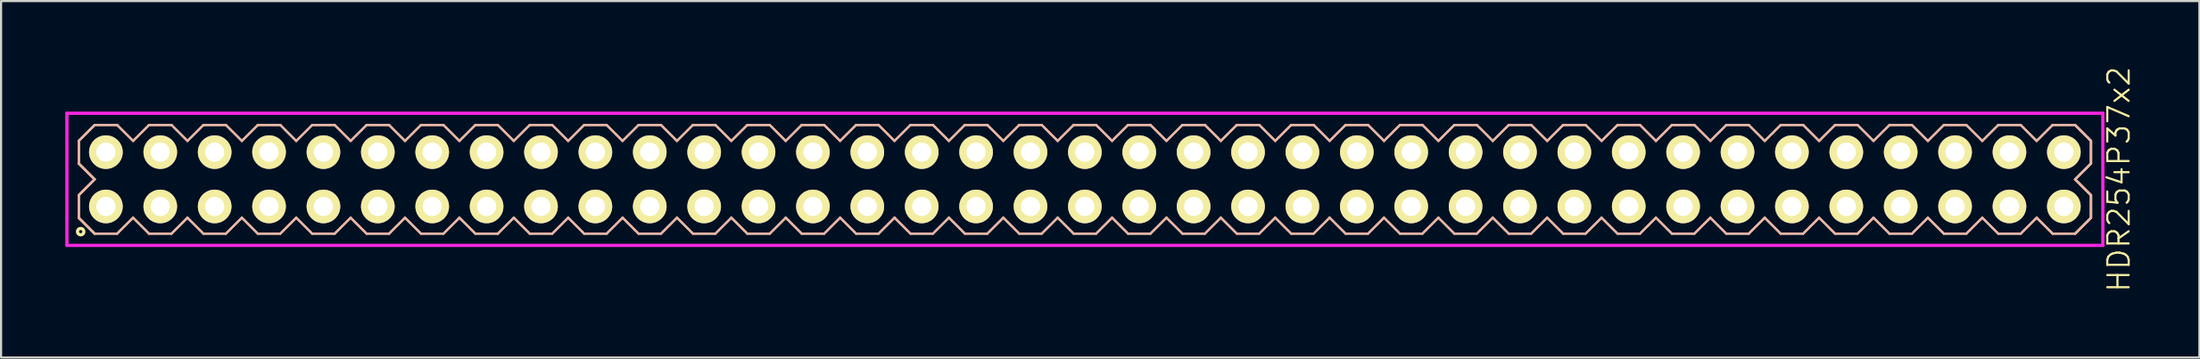
<source format=kicad_pcb>
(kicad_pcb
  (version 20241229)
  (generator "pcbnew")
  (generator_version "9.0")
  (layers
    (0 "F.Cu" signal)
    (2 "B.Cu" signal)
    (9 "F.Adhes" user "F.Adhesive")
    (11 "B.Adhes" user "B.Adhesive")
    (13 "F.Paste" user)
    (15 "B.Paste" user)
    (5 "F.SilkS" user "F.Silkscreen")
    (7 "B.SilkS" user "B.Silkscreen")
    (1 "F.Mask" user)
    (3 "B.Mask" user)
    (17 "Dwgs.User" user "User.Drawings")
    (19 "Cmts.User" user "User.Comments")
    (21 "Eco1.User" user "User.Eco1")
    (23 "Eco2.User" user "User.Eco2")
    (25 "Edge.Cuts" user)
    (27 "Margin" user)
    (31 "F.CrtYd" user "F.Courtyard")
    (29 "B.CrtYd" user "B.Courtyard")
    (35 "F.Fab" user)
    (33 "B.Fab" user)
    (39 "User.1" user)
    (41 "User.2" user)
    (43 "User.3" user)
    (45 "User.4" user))
  (footprint "HDR254P37x2"
    (layer "F.Cu")
    (at 47.615 5.336)
    (property "Reference" "HDR254P37x2" (at 48.29 0 90) (layer "F.SilkS") (effects (font (size 1 1) (thickness 0.1))))
    (attr through_hole)
    (fp_line (start -46.99 -1.796) (end -46.246 -2.54) (stroke (width 0.1) (type solid)) (layer "F.SilkS"))
    (fp_line (start -46.99 -1.796) (end -46.246 -2.54) (stroke (width 0.1) (type solid)) (layer "F.SilkS"))
    (fp_line (start -46.99 -0.744) (end -46.99 -1.796) (stroke (width 0.1) (type solid)) (layer "F.SilkS"))
    (fp_line (start -46.99 -0.744) (end -46.99 -1.796) (stroke (width 0.1) (type solid)) (layer "F.SilkS"))
    (fp_line (start -46.99 0.744) (end -46.246 0) (stroke (width 0.1) (type solid)) (layer "F.SilkS"))
    (fp_line (start -46.99 0.744) (end -46.246 0) (stroke (width 0.1) (type solid)) (layer "F.SilkS"))
    (fp_line (start -46.99 1.796) (end -46.99 0.744) (stroke (width 0.1) (type solid)) (layer "F.SilkS"))
    (fp_line (start -46.99 1.796) (end -46.99 0.744) (stroke (width 0.1) (type solid)) (layer "F.SilkS"))
    (fp_line (start -46.246 -2.54) (end -45.194 -2.54) (stroke (width 0.1) (type solid)) (layer "F.SilkS"))
    (fp_line (start -46.246 0) (end -46.99 -0.744) (stroke (width 0.1) (type solid)) (layer "F.SilkS"))
    (fp_line (start -46.246 0) (end -46.99 -0.744) (stroke (width 0.1) (type solid)) (layer "F.SilkS"))
    (fp_line (start -46.246 2.54) (end -46.99 1.796) (stroke (width 0.1) (type solid)) (layer "F.SilkS"))
    (fp_line (start -46.246 2.54) (end -46.99 1.796) (stroke (width 0.1) (type solid)) (layer "F.SilkS"))
    (fp_line (start -45.194 -2.54) (end -44.45 -1.796) (stroke (width 0.1) (type solid)) (layer "F.SilkS"))
    (fp_line (start -45.194 2.54) (end -46.246 2.54) (stroke (width 0.1) (type solid)) (layer "F.SilkS"))
    (fp_line (start -44.45 -1.796) (end -43.706 -2.54) (stroke (width 0.1) (type solid)) (layer "F.SilkS"))
    (fp_line (start -44.45 1.796) (end -45.194 2.54) (stroke (width 0.1) (type solid)) (layer "F.SilkS"))
    (fp_line (start -43.706 -2.54) (end -42.654 -2.54) (stroke (width 0.1) (type solid)) (layer "F.SilkS"))
    (fp_line (start -43.706 2.54) (end -44.45 1.796) (stroke (width 0.1) (type solid)) (layer "F.SilkS"))
    (fp_line (start -42.654 -2.54) (end -41.91 -1.796) (stroke (width 0.1) (type solid)) (layer "F.SilkS"))
    (fp_line (start -42.654 2.54) (end -43.706 2.54) (stroke (width 0.1) (type solid)) (layer "F.SilkS"))
    (fp_line (start -41.91 -1.796) (end -41.166 -2.54) (stroke (width 0.1) (type solid)) (layer "F.SilkS"))
    (fp_line (start -41.91 1.796) (end -42.654 2.54) (stroke (width 0.1) (type solid)) (layer "F.SilkS"))
    (fp_line (start -41.166 -2.54) (end -40.114 -2.54) (stroke (width 0.1) (type solid)) (layer "F.SilkS"))
    (fp_line (start -41.166 2.54) (end -41.91 1.796) (stroke (width 0.1) (type solid)) (layer "F.SilkS"))
    (fp_line (start -40.114 -2.54) (end -39.37 -1.796) (stroke (width 0.1) (type solid)) (layer "F.SilkS"))
    (fp_line (start -40.114 2.54) (end -41.166 2.54) (stroke (width 0.1) (type solid)) (layer "F.SilkS"))
    (fp_line (start -39.37 -1.796) (end -38.626 -2.54) (stroke (width 0.1) (type solid)) (layer "F.SilkS"))
    (fp_line (start -39.37 1.796) (end -40.114 2.54) (stroke (width 0.1) (type solid)) (layer "F.SilkS"))
    (fp_line (start -38.626 -2.54) (end -37.574 -2.54) (stroke (width 0.1) (type solid)) (layer "F.SilkS"))
    (fp_line (start -38.626 2.54) (end -39.37 1.796) (stroke (width 0.1) (type solid)) (layer "F.SilkS"))
    (fp_line (start -37.574 -2.54) (end -36.83 -1.796) (stroke (width 0.1) (type solid)) (layer "F.SilkS"))
    (fp_line (start -37.574 2.54) (end -38.626 2.54) (stroke (width 0.1) (type solid)) (layer "F.SilkS"))
    (fp_line (start -36.83 -1.796) (end -36.086 -2.54) (stroke (width 0.1) (type solid)) (layer "F.SilkS"))
    (fp_line (start -36.83 1.796) (end -37.574 2.54) (stroke (width 0.1) (type solid)) (layer "F.SilkS"))
    (fp_line (start -36.086 -2.54) (end -35.034 -2.54) (stroke (width 0.1) (type solid)) (layer "F.SilkS"))
    (fp_line (start -36.086 2.54) (end -36.83 1.796) (stroke (width 0.1) (type solid)) (layer "F.SilkS"))
    (fp_line (start -35.034 -2.54) (end -34.29 -1.796) (stroke (width 0.1) (type solid)) (layer "F.SilkS"))
    (fp_line (start -35.034 2.54) (end -36.086 2.54) (stroke (width 0.1) (type solid)) (layer "F.SilkS"))
    (fp_line (start -34.29 -1.796) (end -33.546 -2.54) (stroke (width 0.1) (type solid)) (layer "F.SilkS"))
    (fp_line (start -34.29 1.796) (end -35.034 2.54) (stroke (width 0.1) (type solid)) (layer "F.SilkS"))
    (fp_line (start -33.546 -2.54) (end -32.494 -2.54) (stroke (width 0.1) (type solid)) (layer "F.SilkS"))
    (fp_line (start -33.546 2.54) (end -34.29 1.796) (stroke (width 0.1) (type solid)) (layer "F.SilkS"))
    (fp_line (start -32.494 -2.54) (end -31.75 -1.796) (stroke (width 0.1) (type solid)) (layer "F.SilkS"))
    (fp_line (start -32.494 2.54) (end -33.546 2.54) (stroke (width 0.1) (type solid)) (layer "F.SilkS"))
    (fp_line (start -31.75 -1.796) (end -31.006 -2.54) (stroke (width 0.1) (type solid)) (layer "F.SilkS"))
    (fp_line (start -31.75 1.796) (end -32.494 2.54) (stroke (width 0.1) (type solid)) (layer "F.SilkS"))
    (fp_line (start -31.006 -2.54) (end -29.954 -2.54) (stroke (width 0.1) (type solid)) (layer "F.SilkS"))
    (fp_line (start -31.006 2.54) (end -31.75 1.796) (stroke (width 0.1) (type solid)) (layer "F.SilkS"))
    (fp_line (start -29.954 -2.54) (end -29.21 -1.796) (stroke (width 0.1) (type solid)) (layer "F.SilkS"))
    (fp_line (start -29.954 2.54) (end -31.006 2.54) (stroke (width 0.1) (type solid)) (layer "F.SilkS"))
    (fp_line (start -29.21 -1.796) (end -28.466 -2.54) (stroke (width 0.1) (type solid)) (layer "F.SilkS"))
    (fp_line (start -29.21 1.796) (end -29.954 2.54) (stroke (width 0.1) (type solid)) (layer "F.SilkS"))
    (fp_line (start -28.466 -2.54) (end -27.414 -2.54) (stroke (width 0.1) (type solid)) (layer "F.SilkS"))
    (fp_line (start -28.466 2.54) (end -29.21 1.796) (stroke (width 0.1) (type solid)) (layer "F.SilkS"))
    (fp_line (start -27.414 -2.54) (end -26.67 -1.796) (stroke (width 0.1) (type solid)) (layer "F.SilkS"))
    (fp_line (start -27.414 2.54) (end -28.466 2.54) (stroke (width 0.1) (type solid)) (layer "F.SilkS"))
    (fp_line (start -26.67 -1.796) (end -25.926 -2.54) (stroke (width 0.1) (type solid)) (layer "F.SilkS"))
    (fp_line (start -26.67 1.796) (end -27.414 2.54) (stroke (width 0.1) (type solid)) (layer "F.SilkS"))
    (fp_line (start -25.926 -2.54) (end -24.874 -2.54) (stroke (width 0.1) (type solid)) (layer "F.SilkS"))
    (fp_line (start -25.926 2.54) (end -26.67 1.796) (stroke (width 0.1) (type solid)) (layer "F.SilkS"))
    (fp_line (start -24.874 -2.54) (end -24.13 -1.796) (stroke (width 0.1) (type solid)) (layer "F.SilkS"))
    (fp_line (start -24.874 2.54) (end -25.926 2.54) (stroke (width 0.1) (type solid)) (layer "F.SilkS"))
    (fp_line (start -24.13 -1.796) (end -23.386 -2.54) (stroke (width 0.1) (type solid)) (layer "F.SilkS"))
    (fp_line (start -24.13 1.796) (end -24.874 2.54) (stroke (width 0.1) (type solid)) (layer "F.SilkS"))
    (fp_line (start -23.386 -2.54) (end -22.334 -2.54) (stroke (width 0.1) (type solid)) (layer "F.SilkS"))
    (fp_line (start -23.386 2.54) (end -24.13 1.796) (stroke (width 0.1) (type solid)) (layer "F.SilkS"))
    (fp_line (start -22.334 -2.54) (end -21.59 -1.796) (stroke (width 0.1) (type solid)) (layer "F.SilkS"))
    (fp_line (start -22.334 2.54) (end -23.386 2.54) (stroke (width 0.1) (type solid)) (layer "F.SilkS"))
    (fp_line (start -21.59 -1.796) (end -20.846 -2.54) (stroke (width 0.1) (type solid)) (layer "F.SilkS"))
    (fp_line (start -21.59 1.796) (end -22.334 2.54) (stroke (width 0.1) (type solid)) (layer "F.SilkS"))
    (fp_line (start -20.846 -2.54) (end -19.794 -2.54) (stroke (width 0.1) (type solid)) (layer "F.SilkS"))
    (fp_line (start -20.846 2.54) (end -21.59 1.796) (stroke (width 0.1) (type solid)) (layer "F.SilkS"))
    (fp_line (start -19.794 -2.54) (end -19.05 -1.796) (stroke (width 0.1) (type solid)) (layer "F.SilkS"))
    (fp_line (start -19.794 2.54) (end -20.846 2.54) (stroke (width 0.1) (type solid)) (layer "F.SilkS"))
    (fp_line (start -19.05 -1.796) (end -18.306 -2.54) (stroke (width 0.1) (type solid)) (layer "F.SilkS"))
    (fp_line (start -19.05 1.796) (end -19.794 2.54) (stroke (width 0.1) (type solid)) (layer "F.SilkS"))
    (fp_line (start -18.306 -2.54) (end -17.254 -2.54) (stroke (width 0.1) (type solid)) (layer "F.SilkS"))
    (fp_line (start -18.306 2.54) (end -19.05 1.796) (stroke (width 0.1) (type solid)) (layer "F.SilkS"))
    (fp_line (start -17.254 -2.54) (end -16.51 -1.796) (stroke (width 0.1) (type solid)) (layer "F.SilkS"))
    (fp_line (start -17.254 2.54) (end -18.306 2.54) (stroke (width 0.1) (type solid)) (layer "F.SilkS"))
    (fp_line (start -16.51 -1.796) (end -15.766 -2.54) (stroke (width 0.1) (type solid)) (layer "F.SilkS"))
    (fp_line (start -16.51 1.796) (end -17.254 2.54) (stroke (width 0.1) (type solid)) (layer "F.SilkS"))
    (fp_line (start -15.766 -2.54) (end -14.714 -2.54) (stroke (width 0.1) (type solid)) (layer "F.SilkS"))
    (fp_line (start -15.766 2.54) (end -16.51 1.796) (stroke (width 0.1) (type solid)) (layer "F.SilkS"))
    (fp_line (start -14.714 -2.54) (end -13.97 -1.796) (stroke (width 0.1) (type solid)) (layer "F.SilkS"))
    (fp_line (start -14.714 2.54) (end -15.766 2.54) (stroke (width 0.1) (type solid)) (layer "F.SilkS"))
    (fp_line (start -13.97 -1.796) (end -13.226 -2.54) (stroke (width 0.1) (type solid)) (layer "F.SilkS"))
    (fp_line (start -13.97 1.796) (end -14.714 2.54) (stroke (width 0.1) (type solid)) (layer "F.SilkS"))
    (fp_line (start -13.226 -2.54) (end -12.174 -2.54) (stroke (width 0.1) (type solid)) (layer "F.SilkS"))
    (fp_line (start -13.226 2.54) (end -13.97 1.796) (stroke (width 0.1) (type solid)) (layer "F.SilkS"))
    (fp_line (start -12.174 -2.54) (end -11.43 -1.796) (stroke (width 0.1) (type solid)) (layer "F.SilkS"))
    (fp_line (start -12.174 2.54) (end -13.226 2.54) (stroke (width 0.1) (type solid)) (layer "F.SilkS"))
    (fp_line (start -11.43 -1.796) (end -10.686 -2.54) (stroke (width 0.1) (type solid)) (layer "F.SilkS"))
    (fp_line (start -11.43 1.796) (end -12.174 2.54) (stroke (width 0.1) (type solid)) (layer "F.SilkS"))
    (fp_line (start -10.686 -2.54) (end -9.634 -2.54) (stroke (width 0.1) (type solid)) (layer "F.SilkS"))
    (fp_line (start -10.686 2.54) (end -11.43 1.796) (stroke (width 0.1) (type solid)) (layer "F.SilkS"))
    (fp_line (start -9.634 -2.54) (end -8.89 -1.796) (stroke (width 0.1) (type solid)) (layer "F.SilkS"))
    (fp_line (start -9.634 2.54) (end -10.686 2.54) (stroke (width 0.1) (type solid)) (layer "F.SilkS"))
    (fp_line (start -8.89 -1.796) (end -8.146 -2.54) (stroke (width 0.1) (type solid)) (layer "F.SilkS"))
    (fp_line (start -8.89 1.796) (end -9.634 2.54) (stroke (width 0.1) (type solid)) (layer "F.SilkS"))
    (fp_line (start -8.146 -2.54) (end -7.094 -2.54) (stroke (width 0.1) (type solid)) (layer "F.SilkS"))
    (fp_line (start -8.146 2.54) (end -8.89 1.796) (stroke (width 0.1) (type solid)) (layer "F.SilkS"))
    (fp_line (start -7.094 -2.54) (end -6.35 -1.796) (stroke (width 0.1) (type solid)) (layer "F.SilkS"))
    (fp_line (start -7.094 2.54) (end -8.146 2.54) (stroke (width 0.1) (type solid)) (layer "F.SilkS"))
    (fp_line (start -6.35 -1.796) (end -5.606 -2.54) (stroke (width 0.1) (type solid)) (layer "F.SilkS"))
    (fp_line (start -6.35 1.796) (end -7.094 2.54) (stroke (width 0.1) (type solid)) (layer "F.SilkS"))
    (fp_line (start -5.606 -2.54) (end -4.554 -2.54) (stroke (width 0.1) (type solid)) (layer "F.SilkS"))
    (fp_line (start -5.606 2.54) (end -6.35 1.796) (stroke (width 0.1) (type solid)) (layer "F.SilkS"))
    (fp_line (start -4.554 -2.54) (end -3.81 -1.796) (stroke (width 0.1) (type solid)) (layer "F.SilkS"))
    (fp_line (start -4.554 2.54) (end -5.606 2.54) (stroke (width 0.1) (type solid)) (layer "F.SilkS"))
    (fp_line (start -3.81 -1.796) (end -3.066 -2.54) (stroke (width 0.1) (type solid)) (layer "F.SilkS"))
    (fp_line (start -3.81 1.796) (end -4.554 2.54) (stroke (width 0.1) (type solid)) (layer "F.SilkS"))
    (fp_line (start -3.066 -2.54) (end -2.014 -2.54) (stroke (width 0.1) (type solid)) (layer "F.SilkS"))
    (fp_line (start -3.066 2.54) (end -3.81 1.796) (stroke (width 0.1) (type solid)) (layer "F.SilkS"))
    (fp_line (start -2.014 -2.54) (end -1.27 -1.796) (stroke (width 0.1) (type solid)) (layer "F.SilkS"))
    (fp_line (start -2.014 2.54) (end -3.066 2.54) (stroke (width 0.1) (type solid)) (layer "F.SilkS"))
    (fp_line (start -1.27 -1.796) (end -0.526 -2.54) (stroke (width 0.1) (type solid)) (layer "F.SilkS"))
    (fp_line (start -1.27 1.796) (end -2.014 2.54) (stroke (width 0.1) (type solid)) (layer "F.SilkS"))
    (fp_line (start -0.526 -2.54) (end 0.526 -2.54) (stroke (width 0.1) (type solid)) (layer "F.SilkS"))
    (fp_line (start -0.526 2.54) (end -1.27 1.796) (stroke (width 0.1) (type solid)) (layer "F.SilkS"))
    (fp_line (start 0.526 -2.54) (end 1.27 -1.796) (stroke (width 0.1) (type solid)) (layer "F.SilkS"))
    (fp_line (start 0.526 2.54) (end -0.526 2.54) (stroke (width 0.1) (type solid)) (layer "F.SilkS"))
    (fp_line (start 1.27 -1.796) (end 2.014 -2.54) (stroke (width 0.1) (type solid)) (layer "F.SilkS"))
    (fp_line (start 1.27 1.796) (end 0.526 2.54) (stroke (width 0.1) (type solid)) (layer "F.SilkS"))
    (fp_line (start 2.014 -2.54) (end 3.066 -2.54) (stroke (width 0.1) (type solid)) (layer "F.SilkS"))
    (fp_line (start 2.014 2.54) (end 1.27 1.796) (stroke (width 0.1) (type solid)) (layer "F.SilkS"))
    (fp_line (start 3.066 -2.54) (end 3.81 -1.796) (stroke (width 0.1) (type solid)) (layer "F.SilkS"))
    (fp_line (start 3.066 2.54) (end 2.014 2.54) (stroke (width 0.1) (type solid)) (layer "F.SilkS"))
    (fp_line (start 3.81 -1.796) (end 4.554 -2.54) (stroke (width 0.1) (type solid)) (layer "F.SilkS"))
    (fp_line (start 3.81 1.796) (end 3.066 2.54) (stroke (width 0.1) (type solid)) (layer "F.SilkS"))
    (fp_line (start 4.554 -2.54) (end 5.606 -2.54) (stroke (width 0.1) (type solid)) (layer "F.SilkS"))
    (fp_line (start 4.554 2.54) (end 3.81 1.796) (stroke (width 0.1) (type solid)) (layer "F.SilkS"))
    (fp_line (start 5.606 -2.54) (end 6.35 -1.796) (stroke (width 0.1) (type solid)) (layer "F.SilkS"))
    (fp_line (start 5.606 2.54) (end 4.554 2.54) (stroke (width 0.1) (type solid)) (layer "F.SilkS"))
    (fp_line (start 6.35 -1.796) (end 7.094 -2.54) (stroke (width 0.1) (type solid)) (layer "F.SilkS"))
    (fp_line (start 6.35 1.796) (end 5.606 2.54) (stroke (width 0.1) (type solid)) (layer "F.SilkS"))
    (fp_line (start 7.094 -2.54) (end 8.146 -2.54) (stroke (width 0.1) (type solid)) (layer "F.SilkS"))
    (fp_line (start 7.094 2.54) (end 6.35 1.796) (stroke (width 0.1) (type solid)) (layer "F.SilkS"))
    (fp_line (start 8.146 -2.54) (end 8.89 -1.796) (stroke (width 0.1) (type solid)) (layer "F.SilkS"))
    (fp_line (start 8.146 2.54) (end 7.094 2.54) (stroke (width 0.1) (type solid)) (layer "F.SilkS"))
    (fp_line (start 8.89 -1.796) (end 9.634 -2.54) (stroke (width 0.1) (type solid)) (layer "F.SilkS"))
    (fp_line (start 8.89 1.796) (end 8.146 2.54) (stroke (width 0.1) (type solid)) (layer "F.SilkS"))
    (fp_line (start 9.634 -2.54) (end 10.686 -2.54) (stroke (width 0.1) (type solid)) (layer "F.SilkS"))
    (fp_line (start 9.634 2.54) (end 8.89 1.796) (stroke (width 0.1) (type solid)) (layer "F.SilkS"))
    (fp_line (start 10.686 -2.54) (end 11.43 -1.796) (stroke (width 0.1) (type solid)) (layer "F.SilkS"))
    (fp_line (start 10.686 2.54) (end 9.634 2.54) (stroke (width 0.1) (type solid)) (layer "F.SilkS"))
    (fp_line (start 11.43 -1.796) (end 12.174 -2.54) (stroke (width 0.1) (type solid)) (layer "F.SilkS"))
    (fp_line (start 11.43 1.796) (end 10.686 2.54) (stroke (width 0.1) (type solid)) (layer "F.SilkS"))
    (fp_line (start 12.174 -2.54) (end 13.226 -2.54) (stroke (width 0.1) (type solid)) (layer "F.SilkS"))
    (fp_line (start 12.174 2.54) (end 11.43 1.796) (stroke (width 0.1) (type solid)) (layer "F.SilkS"))
    (fp_line (start 13.226 -2.54) (end 13.97 -1.796) (stroke (width 0.1) (type solid)) (layer "F.SilkS"))
    (fp_line (start 13.226 2.54) (end 12.174 2.54) (stroke (width 0.1) (type solid)) (layer "F.SilkS"))
    (fp_line (start 13.97 -1.796) (end 14.714 -2.54) (stroke (width 0.1) (type solid)) (layer "F.SilkS"))
    (fp_line (start 13.97 1.796) (end 13.226 2.54) (stroke (width 0.1) (type solid)) (layer "F.SilkS"))
    (fp_line (start 14.714 -2.54) (end 15.766 -2.54) (stroke (width 0.1) (type solid)) (layer "F.SilkS"))
    (fp_line (start 14.714 2.54) (end 13.97 1.796) (stroke (width 0.1) (type solid)) (layer "F.SilkS"))
    (fp_line (start 15.766 -2.54) (end 16.51 -1.796) (stroke (width 0.1) (type solid)) (layer "F.SilkS"))
    (fp_line (start 15.766 2.54) (end 14.714 2.54) (stroke (width 0.1) (type solid)) (layer "F.SilkS"))
    (fp_line (start 16.51 -1.796) (end 17.254 -2.54) (stroke (width 0.1) (type solid)) (layer "F.SilkS"))
    (fp_line (start 16.51 1.796) (end 15.766 2.54) (stroke (width 0.1) (type solid)) (layer "F.SilkS"))
    (fp_line (start 17.254 -2.54) (end 18.306 -2.54) (stroke (width 0.1) (type solid)) (layer "F.SilkS"))
    (fp_line (start 17.254 2.54) (end 16.51 1.796) (stroke (width 0.1) (type solid)) (layer "F.SilkS"))
    (fp_line (start 18.306 -2.54) (end 19.05 -1.796) (stroke (width 0.1) (type solid)) (layer "F.SilkS"))
    (fp_line (start 18.306 2.54) (end 17.254 2.54) (stroke (width 0.1) (type solid)) (layer "F.SilkS"))
    (fp_line (start 19.05 -1.796) (end 19.794 -2.54) (stroke (width 0.1) (type solid)) (layer "F.SilkS"))
    (fp_line (start 19.05 1.796) (end 18.306 2.54) (stroke (width 0.1) (type solid)) (layer "F.SilkS"))
    (fp_line (start 19.794 -2.54) (end 20.846 -2.54) (stroke (width 0.1) (type solid)) (layer "F.SilkS"))
    (fp_line (start 19.794 2.54) (end 19.05 1.796) (stroke (width 0.1) (type solid)) (layer "F.SilkS"))
    (fp_line (start 20.846 -2.54) (end 21.59 -1.796) (stroke (width 0.1) (type solid)) (layer "F.SilkS"))
    (fp_line (start 20.846 2.54) (end 19.794 2.54) (stroke (width 0.1) (type solid)) (layer "F.SilkS"))
    (fp_line (start 21.59 -1.796) (end 22.334 -2.54) (stroke (width 0.1) (type solid)) (layer "F.SilkS"))
    (fp_line (start 21.59 1.796) (end 20.846 2.54) (stroke (width 0.1) (type solid)) (layer "F.SilkS"))
    (fp_line (start 22.334 -2.54) (end 23.386 -2.54) (stroke (width 0.1) (type solid)) (layer "F.SilkS"))
    (fp_line (start 22.334 2.54) (end 21.59 1.796) (stroke (width 0.1) (type solid)) (layer "F.SilkS"))
    (fp_line (start 23.386 -2.54) (end 24.13 -1.796) (stroke (width 0.1) (type solid)) (layer "F.SilkS"))
    (fp_line (start 23.386 2.54) (end 22.334 2.54) (stroke (width 0.1) (type solid)) (layer "F.SilkS"))
    (fp_line (start 24.13 -1.796) (end 24.874 -2.54) (stroke (width 0.1) (type solid)) (layer "F.SilkS"))
    (fp_line (start 24.13 1.796) (end 23.386 2.54) (stroke (width 0.1) (type solid)) (layer "F.SilkS"))
    (fp_line (start 24.874 -2.54) (end 25.926 -2.54) (stroke (width 0.1) (type solid)) (layer "F.SilkS"))
    (fp_line (start 24.874 2.54) (end 24.13 1.796) (stroke (width 0.1) (type solid)) (layer "F.SilkS"))
    (fp_line (start 25.926 -2.54) (end 26.67 -1.796) (stroke (width 0.1) (type solid)) (layer "F.SilkS"))
    (fp_line (start 25.926 2.54) (end 24.874 2.54) (stroke (width 0.1) (type solid)) (layer "F.SilkS"))
    (fp_line (start 26.67 -1.796) (end 27.414 -2.54) (stroke (width 0.1) (type solid)) (layer "F.SilkS"))
    (fp_line (start 26.67 1.796) (end 25.926 2.54) (stroke (width 0.1) (type solid)) (layer "F.SilkS"))
    (fp_line (start 27.414 -2.54) (end 28.466 -2.54) (stroke (width 0.1) (type solid)) (layer "F.SilkS"))
    (fp_line (start 27.414 2.54) (end 26.67 1.796) (stroke (width 0.1) (type solid)) (layer "F.SilkS"))
    (fp_line (start 28.466 -2.54) (end 29.21 -1.796) (stroke (width 0.1) (type solid)) (layer "F.SilkS"))
    (fp_line (start 28.466 2.54) (end 27.414 2.54) (stroke (width 0.1) (type solid)) (layer "F.SilkS"))
    (fp_line (start 29.21 -1.796) (end 29.954 -2.54) (stroke (width 0.1) (type solid)) (layer "F.SilkS"))
    (fp_line (start 29.21 1.796) (end 28.466 2.54) (stroke (width 0.1) (type solid)) (layer "F.SilkS"))
    (fp_line (start 29.954 -2.54) (end 31.006 -2.54) (stroke (width 0.1) (type solid)) (layer "F.SilkS"))
    (fp_line (start 29.954 2.54) (end 29.21 1.796) (stroke (width 0.1) (type solid)) (layer "F.SilkS"))
    (fp_line (start 31.006 -2.54) (end 31.75 -1.796) (stroke (width 0.1) (type solid)) (layer "F.SilkS"))
    (fp_line (start 31.006 2.54) (end 29.954 2.54) (stroke (width 0.1) (type solid)) (layer "F.SilkS"))
    (fp_line (start 31.75 -1.796) (end 32.494 -2.54) (stroke (width 0.1) (type solid)) (layer "F.SilkS"))
    (fp_line (start 31.75 1.796) (end 31.006 2.54) (stroke (width 0.1) (type solid)) (layer "F.SilkS"))
    (fp_line (start 32.494 -2.54) (end 33.546 -2.54) (stroke (width 0.1) (type solid)) (layer "F.SilkS"))
    (fp_line (start 32.494 2.54) (end 31.75 1.796) (stroke (width 0.1) (type solid)) (layer "F.SilkS"))
    (fp_line (start 33.546 -2.54) (end 34.29 -1.796) (stroke (width 0.1) (type solid)) (layer "F.SilkS"))
    (fp_line (start 33.546 2.54) (end 32.494 2.54) (stroke (width 0.1) (type solid)) (layer "F.SilkS"))
    (fp_line (start 34.29 -1.796) (end 35.034 -2.54) (stroke (width 0.1) (type solid)) (layer "F.SilkS"))
    (fp_line (start 34.29 1.796) (end 33.546 2.54) (stroke (width 0.1) (type solid)) (layer "F.SilkS"))
    (fp_line (start 35.034 -2.54) (end 36.086 -2.54) (stroke (width 0.1) (type solid)) (layer "F.SilkS"))
    (fp_line (start 35.034 2.54) (end 34.29 1.796) (stroke (width 0.1) (type solid)) (layer "F.SilkS"))
    (fp_line (start 36.086 -2.54) (end 36.83 -1.796) (stroke (width 0.1) (type solid)) (layer "F.SilkS"))
    (fp_line (start 36.086 2.54) (end 35.034 2.54) (stroke (width 0.1) (type solid)) (layer "F.SilkS"))
    (fp_line (start 36.83 -1.796) (end 37.574 -2.54) (stroke (width 0.1) (type solid)) (layer "F.SilkS"))
    (fp_line (start 36.83 1.796) (end 36.086 2.54) (stroke (width 0.1) (type solid)) (layer "F.SilkS"))
    (fp_line (start 37.574 -2.54) (end 38.626 -2.54) (stroke (width 0.1) (type solid)) (layer "F.SilkS"))
    (fp_line (start 37.574 2.54) (end 36.83 1.796) (stroke (width 0.1) (type solid)) (layer "F.SilkS"))
    (fp_line (start 38.626 -2.54) (end 39.37 -1.796) (stroke (width 0.1) (type solid)) (layer "F.SilkS"))
    (fp_line (start 38.626 2.54) (end 37.574 2.54) (stroke (width 0.1) (type solid)) (layer "F.SilkS"))
    (fp_line (start 39.37 -1.796) (end 40.114 -2.54) (stroke (width 0.1) (type solid)) (layer "F.SilkS"))
    (fp_line (start 39.37 1.796) (end 38.626 2.54) (stroke (width 0.1) (type solid)) (layer "F.SilkS"))
    (fp_line (start 40.114 -2.54) (end 41.166 -2.54) (stroke (width 0.1) (type solid)) (layer "F.SilkS"))
    (fp_line (start 40.114 2.54) (end 39.37 1.796) (stroke (width 0.1) (type solid)) (layer "F.SilkS"))
    (fp_line (start 41.166 -2.54) (end 41.91 -1.796) (stroke (width 0.1) (type solid)) (layer "F.SilkS"))
    (fp_line (start 41.166 2.54) (end 40.114 2.54) (stroke (width 0.1) (type solid)) (layer "F.SilkS"))
    (fp_line (start 41.91 -1.796) (end 42.654 -2.54) (stroke (width 0.1) (type solid)) (layer "F.SilkS"))
    (fp_line (start 41.91 1.796) (end 41.166 2.54) (stroke (width 0.1) (type solid)) (layer "F.SilkS"))
    (fp_line (start 42.654 -2.54) (end 43.706 -2.54) (stroke (width 0.1) (type solid)) (layer "F.SilkS"))
    (fp_line (start 42.654 2.54) (end 41.91 1.796) (stroke (width 0.1) (type solid)) (layer "F.SilkS"))
    (fp_line (start 43.706 -2.54) (end 44.45 -1.796) (stroke (width 0.1) (type solid)) (layer "F.SilkS"))
    (fp_line (start 43.706 2.54) (end 42.654 2.54) (stroke (width 0.1) (type solid)) (layer "F.SilkS"))
    (fp_line (start 44.45 -1.796) (end 45.194 -2.54) (stroke (width 0.1) (type solid)) (layer "F.SilkS"))
    (fp_line (start 44.45 1.796) (end 43.706 2.54) (stroke (width 0.1) (type solid)) (layer "F.SilkS"))
    (fp_line (start 45.194 -2.54) (end 46.246 -2.54) (stroke (width 0.1) (type solid)) (layer "F.SilkS"))
    (fp_line (start 45.194 2.54) (end 44.45 1.796) (stroke (width 0.1) (type solid)) (layer "F.SilkS"))
    (fp_line (start 46.246 -2.54) (end 46.99 -1.796) (stroke (width 0.1) (type solid)) (layer "F.SilkS"))
    (fp_line (start 46.246 -2.54) (end 46.99 -1.796) (stroke (width 0.1) (type solid)) (layer "F.SilkS"))
    (fp_line (start 46.246 0) (end 46.99 0.744) (stroke (width 0.1) (type solid)) (layer "F.SilkS"))
    (fp_line (start 46.246 0) (end 46.99 0.744) (stroke (width 0.1) (type solid)) (layer "F.SilkS"))
    (fp_line (start 46.246 2.54) (end 45.194 2.54) (stroke (width 0.1) (type solid)) (layer "F.SilkS"))
    (fp_line (start 46.99 -1.796) (end 46.99 -0.744) (stroke (width 0.1) (type solid)) (layer "F.SilkS"))
    (fp_line (start 46.99 -1.796) (end 46.99 -0.744) (stroke (width 0.1) (type solid)) (layer "F.SilkS"))
    (fp_line (start 46.99 -0.744) (end 46.246 0) (stroke (width 0.1) (type solid)) (layer "F.SilkS"))
    (fp_line (start 46.99 -0.744) (end 46.246 0) (stroke (width 0.1) (type solid)) (layer "F.SilkS"))
    (fp_line (start 46.99 0.744) (end 46.99 1.796) (stroke (width 0.1) (type solid)) (layer "F.SilkS"))
    (fp_line (start 46.99 0.744) (end 46.99 1.796) (stroke (width 0.1) (type solid)) (layer "F.SilkS"))
    (fp_line (start 46.99 1.796) (end 46.246 2.54) (stroke (width 0.1) (type solid)) (layer "F.SilkS"))
    (fp_line (start 46.99 1.796) (end 46.246 2.54) (stroke (width 0.1) (type solid)) (layer "F.SilkS"))
    (fp_circle (center -46.897 2.448) (end -46.747 2.448) (stroke (width 0.15) (type solid)) (fill no) (layer "F.SilkS"))
    (fp_line (start -46.99 -1.796) (end -46.246 -2.54) (stroke (width 0.1) (type solid)) (layer "B.SilkS"))
    (fp_line (start -46.99 -1.796) (end -46.246 -2.54) (stroke (width 0.1) (type solid)) (layer "B.SilkS"))
    (fp_line (start -46.99 -0.744) (end -46.99 -1.796) (stroke (width 0.1) (type solid)) (layer "B.SilkS"))
    (fp_line (start -46.99 -0.744) (end -46.99 -1.796) (stroke (width 0.1) (type solid)) (layer "B.SilkS"))
    (fp_line (start -46.99 0.744) (end -46.246 0) (stroke (width 0.1) (type solid)) (layer "B.SilkS"))
    (fp_line (start -46.99 0.744) (end -46.246 0) (stroke (width 0.1) (type solid)) (layer "B.SilkS"))
    (fp_line (start -46.99 1.796) (end -46.99 0.744) (stroke (width 0.1) (type solid)) (layer "B.SilkS"))
    (fp_line (start -46.99 1.796) (end -46.99 0.744) (stroke (width 0.1) (type solid)) (layer "B.SilkS"))
    (fp_line (start -46.246 -2.54) (end -45.194 -2.54) (stroke (width 0.1) (type solid)) (layer "B.SilkS"))
    (fp_line (start -46.246 0) (end -46.99 -0.744) (stroke (width 0.1) (type solid)) (layer "B.SilkS"))
    (fp_line (start -46.246 0) (end -46.99 -0.744) (stroke (width 0.1) (type solid)) (layer "B.SilkS"))
    (fp_line (start -46.246 2.54) (end -46.99 1.796) (stroke (width 0.1) (type solid)) (layer "B.SilkS"))
    (fp_line (start -46.246 2.54) (end -46.99 1.796) (stroke (width 0.1) (type solid)) (layer "B.SilkS"))
    (fp_line (start -45.194 -2.54) (end -44.45 -1.796) (stroke (width 0.1) (type solid)) (layer "B.SilkS"))
    (fp_line (start -45.194 2.54) (end -46.246 2.54) (stroke (width 0.1) (type solid)) (layer "B.SilkS"))
    (fp_line (start -44.45 -1.796) (end -43.706 -2.54) (stroke (width 0.1) (type solid)) (layer "B.SilkS"))
    (fp_line (start -44.45 1.796) (end -45.194 2.54) (stroke (width 0.1) (type solid)) (layer "B.SilkS"))
    (fp_line (start -43.706 -2.54) (end -42.654 -2.54) (stroke (width 0.1) (type solid)) (layer "B.SilkS"))
    (fp_line (start -43.706 2.54) (end -44.45 1.796) (stroke (width 0.1) (type solid)) (layer "B.SilkS"))
    (fp_line (start -42.654 -2.54) (end -41.91 -1.796) (stroke (width 0.1) (type solid)) (layer "B.SilkS"))
    (fp_line (start -42.654 2.54) (end -43.706 2.54) (stroke (width 0.1) (type solid)) (layer "B.SilkS"))
    (fp_line (start -41.91 -1.796) (end -41.166 -2.54) (stroke (width 0.1) (type solid)) (layer "B.SilkS"))
    (fp_line (start -41.91 1.796) (end -42.654 2.54) (stroke (width 0.1) (type solid)) (layer "B.SilkS"))
    (fp_line (start -41.166 -2.54) (end -40.114 -2.54) (stroke (width 0.1) (type solid)) (layer "B.SilkS"))
    (fp_line (start -41.166 2.54) (end -41.91 1.796) (stroke (width 0.1) (type solid)) (layer "B.SilkS"))
    (fp_line (start -40.114 -2.54) (end -39.37 -1.796) (stroke (width 0.1) (type solid)) (layer "B.SilkS"))
    (fp_line (start -40.114 2.54) (end -41.166 2.54) (stroke (width 0.1) (type solid)) (layer "B.SilkS"))
    (fp_line (start -39.37 -1.796) (end -38.626 -2.54) (stroke (width 0.1) (type solid)) (layer "B.SilkS"))
    (fp_line (start -39.37 1.796) (end -40.114 2.54) (stroke (width 0.1) (type solid)) (layer "B.SilkS"))
    (fp_line (start -38.626 -2.54) (end -37.574 -2.54) (stroke (width 0.1) (type solid)) (layer "B.SilkS"))
    (fp_line (start -38.626 2.54) (end -39.37 1.796) (stroke (width 0.1) (type solid)) (layer "B.SilkS"))
    (fp_line (start -37.574 -2.54) (end -36.83 -1.796) (stroke (width 0.1) (type solid)) (layer "B.SilkS"))
    (fp_line (start -37.574 2.54) (end -38.626 2.54) (stroke (width 0.1) (type solid)) (layer "B.SilkS"))
    (fp_line (start -36.83 -1.796) (end -36.086 -2.54) (stroke (width 0.1) (type solid)) (layer "B.SilkS"))
    (fp_line (start -36.83 1.796) (end -37.574 2.54) (stroke (width 0.1) (type solid)) (layer "B.SilkS"))
    (fp_line (start -36.086 -2.54) (end -35.034 -2.54) (stroke (width 0.1) (type solid)) (layer "B.SilkS"))
    (fp_line (start -36.086 2.54) (end -36.83 1.796) (stroke (width 0.1) (type solid)) (layer "B.SilkS"))
    (fp_line (start -35.034 -2.54) (end -34.29 -1.796) (stroke (width 0.1) (type solid)) (layer "B.SilkS"))
    (fp_line (start -35.034 2.54) (end -36.086 2.54) (stroke (width 0.1) (type solid)) (layer "B.SilkS"))
    (fp_line (start -34.29 -1.796) (end -33.546 -2.54) (stroke (width 0.1) (type solid)) (layer "B.SilkS"))
    (fp_line (start -34.29 1.796) (end -35.034 2.54) (stroke (width 0.1) (type solid)) (layer "B.SilkS"))
    (fp_line (start -33.546 -2.54) (end -32.494 -2.54) (stroke (width 0.1) (type solid)) (layer "B.SilkS"))
    (fp_line (start -33.546 2.54) (end -34.29 1.796) (stroke (width 0.1) (type solid)) (layer "B.SilkS"))
    (fp_line (start -32.494 -2.54) (end -31.75 -1.796) (stroke (width 0.1) (type solid)) (layer "B.SilkS"))
    (fp_line (start -32.494 2.54) (end -33.546 2.54) (stroke (width 0.1) (type solid)) (layer "B.SilkS"))
    (fp_line (start -31.75 -1.796) (end -31.006 -2.54) (stroke (width 0.1) (type solid)) (layer "B.SilkS"))
    (fp_line (start -31.75 1.796) (end -32.494 2.54) (stroke (width 0.1) (type solid)) (layer "B.SilkS"))
    (fp_line (start -31.006 -2.54) (end -29.954 -2.54) (stroke (width 0.1) (type solid)) (layer "B.SilkS"))
    (fp_line (start -31.006 2.54) (end -31.75 1.796) (stroke (width 0.1) (type solid)) (layer "B.SilkS"))
    (fp_line (start -29.954 -2.54) (end -29.21 -1.796) (stroke (width 0.1) (type solid)) (layer "B.SilkS"))
    (fp_line (start -29.954 2.54) (end -31.006 2.54) (stroke (width 0.1) (type solid)) (layer "B.SilkS"))
    (fp_line (start -29.21 -1.796) (end -28.466 -2.54) (stroke (width 0.1) (type solid)) (layer "B.SilkS"))
    (fp_line (start -29.21 1.796) (end -29.954 2.54) (stroke (width 0.1) (type solid)) (layer "B.SilkS"))
    (fp_line (start -28.466 -2.54) (end -27.414 -2.54) (stroke (width 0.1) (type solid)) (layer "B.SilkS"))
    (fp_line (start -28.466 2.54) (end -29.21 1.796) (stroke (width 0.1) (type solid)) (layer "B.SilkS"))
    (fp_line (start -27.414 -2.54) (end -26.67 -1.796) (stroke (width 0.1) (type solid)) (layer "B.SilkS"))
    (fp_line (start -27.414 2.54) (end -28.466 2.54) (stroke (width 0.1) (type solid)) (layer "B.SilkS"))
    (fp_line (start -26.67 -1.796) (end -25.926 -2.54) (stroke (width 0.1) (type solid)) (layer "B.SilkS"))
    (fp_line (start -26.67 1.796) (end -27.414 2.54) (stroke (width 0.1) (type solid)) (layer "B.SilkS"))
    (fp_line (start -25.926 -2.54) (end -24.874 -2.54) (stroke (width 0.1) (type solid)) (layer "B.SilkS"))
    (fp_line (start -25.926 2.54) (end -26.67 1.796) (stroke (width 0.1) (type solid)) (layer "B.SilkS"))
    (fp_line (start -24.874 -2.54) (end -24.13 -1.796) (stroke (width 0.1) (type solid)) (layer "B.SilkS"))
    (fp_line (start -24.874 2.54) (end -25.926 2.54) (stroke (width 0.1) (type solid)) (layer "B.SilkS"))
    (fp_line (start -24.13 -1.796) (end -23.386 -2.54) (stroke (width 0.1) (type solid)) (layer "B.SilkS"))
    (fp_line (start -24.13 1.796) (end -24.874 2.54) (stroke (width 0.1) (type solid)) (layer "B.SilkS"))
    (fp_line (start -23.386 -2.54) (end -22.334 -2.54) (stroke (width 0.1) (type solid)) (layer "B.SilkS"))
    (fp_line (start -23.386 2.54) (end -24.13 1.796) (stroke (width 0.1) (type solid)) (layer "B.SilkS"))
    (fp_line (start -22.334 -2.54) (end -21.59 -1.796) (stroke (width 0.1) (type solid)) (layer "B.SilkS"))
    (fp_line (start -22.334 2.54) (end -23.386 2.54) (stroke (width 0.1) (type solid)) (layer "B.SilkS"))
    (fp_line (start -21.59 -1.796) (end -20.846 -2.54) (stroke (width 0.1) (type solid)) (layer "B.SilkS"))
    (fp_line (start -21.59 1.796) (end -22.334 2.54) (stroke (width 0.1) (type solid)) (layer "B.SilkS"))
    (fp_line (start -20.846 -2.54) (end -19.794 -2.54) (stroke (width 0.1) (type solid)) (layer "B.SilkS"))
    (fp_line (start -20.846 2.54) (end -21.59 1.796) (stroke (width 0.1) (type solid)) (layer "B.SilkS"))
    (fp_line (start -19.794 -2.54) (end -19.05 -1.796) (stroke (width 0.1) (type solid)) (layer "B.SilkS"))
    (fp_line (start -19.794 2.54) (end -20.846 2.54) (stroke (width 0.1) (type solid)) (layer "B.SilkS"))
    (fp_line (start -19.05 -1.796) (end -18.306 -2.54) (stroke (width 0.1) (type solid)) (layer "B.SilkS"))
    (fp_line (start -19.05 1.796) (end -19.794 2.54) (stroke (width 0.1) (type solid)) (layer "B.SilkS"))
    (fp_line (start -18.306 -2.54) (end -17.254 -2.54) (stroke (width 0.1) (type solid)) (layer "B.SilkS"))
    (fp_line (start -18.306 2.54) (end -19.05 1.796) (stroke (width 0.1) (type solid)) (layer "B.SilkS"))
    (fp_line (start -17.254 -2.54) (end -16.51 -1.796) (stroke (width 0.1) (type solid)) (layer "B.SilkS"))
    (fp_line (start -17.254 2.54) (end -18.306 2.54) (stroke (width 0.1) (type solid)) (layer "B.SilkS"))
    (fp_line (start -16.51 -1.796) (end -15.766 -2.54) (stroke (width 0.1) (type solid)) (layer "B.SilkS"))
    (fp_line (start -16.51 1.796) (end -17.254 2.54) (stroke (width 0.1) (type solid)) (layer "B.SilkS"))
    (fp_line (start -15.766 -2.54) (end -14.714 -2.54) (stroke (width 0.1) (type solid)) (layer "B.SilkS"))
    (fp_line (start -15.766 2.54) (end -16.51 1.796) (stroke (width 0.1) (type solid)) (layer "B.SilkS"))
    (fp_line (start -14.714 -2.54) (end -13.97 -1.796) (stroke (width 0.1) (type solid)) (layer "B.SilkS"))
    (fp_line (start -14.714 2.54) (end -15.766 2.54) (stroke (width 0.1) (type solid)) (layer "B.SilkS"))
    (fp_line (start -13.97 -1.796) (end -13.226 -2.54) (stroke (width 0.1) (type solid)) (layer "B.SilkS"))
    (fp_line (start -13.97 1.796) (end -14.714 2.54) (stroke (width 0.1) (type solid)) (layer "B.SilkS"))
    (fp_line (start -13.226 -2.54) (end -12.174 -2.54) (stroke (width 0.1) (type solid)) (layer "B.SilkS"))
    (fp_line (start -13.226 2.54) (end -13.97 1.796) (stroke (width 0.1) (type solid)) (layer "B.SilkS"))
    (fp_line (start -12.174 -2.54) (end -11.43 -1.796) (stroke (width 0.1) (type solid)) (layer "B.SilkS"))
    (fp_line (start -12.174 2.54) (end -13.226 2.54) (stroke (width 0.1) (type solid)) (layer "B.SilkS"))
    (fp_line (start -11.43 -1.796) (end -10.686 -2.54) (stroke (width 0.1) (type solid)) (layer "B.SilkS"))
    (fp_line (start -11.43 1.796) (end -12.174 2.54) (stroke (width 0.1) (type solid)) (layer "B.SilkS"))
    (fp_line (start -10.686 -2.54) (end -9.634 -2.54) (stroke (width 0.1) (type solid)) (layer "B.SilkS"))
    (fp_line (start -10.686 2.54) (end -11.43 1.796) (stroke (width 0.1) (type solid)) (layer "B.SilkS"))
    (fp_line (start -9.634 -2.54) (end -8.89 -1.796) (stroke (width 0.1) (type solid)) (layer "B.SilkS"))
    (fp_line (start -9.634 2.54) (end -10.686 2.54) (stroke (width 0.1) (type solid)) (layer "B.SilkS"))
    (fp_line (start -8.89 -1.796) (end -8.146 -2.54) (stroke (width 0.1) (type solid)) (layer "B.SilkS"))
    (fp_line (start -8.89 1.796) (end -9.634 2.54) (stroke (width 0.1) (type solid)) (layer "B.SilkS"))
    (fp_line (start -8.146 -2.54) (end -7.094 -2.54) (stroke (width 0.1) (type solid)) (layer "B.SilkS"))
    (fp_line (start -8.146 2.54) (end -8.89 1.796) (stroke (width 0.1) (type solid)) (layer "B.SilkS"))
    (fp_line (start -7.094 -2.54) (end -6.35 -1.796) (stroke (width 0.1) (type solid)) (layer "B.SilkS"))
    (fp_line (start -7.094 2.54) (end -8.146 2.54) (stroke (width 0.1) (type solid)) (layer "B.SilkS"))
    (fp_line (start -6.35 -1.796) (end -5.606 -2.54) (stroke (width 0.1) (type solid)) (layer "B.SilkS"))
    (fp_line (start -6.35 1.796) (end -7.094 2.54) (stroke (width 0.1) (type solid)) (layer "B.SilkS"))
    (fp_line (start -5.606 -2.54) (end -4.554 -2.54) (stroke (width 0.1) (type solid)) (layer "B.SilkS"))
    (fp_line (start -5.606 2.54) (end -6.35 1.796) (stroke (width 0.1) (type solid)) (layer "B.SilkS"))
    (fp_line (start -4.554 -2.54) (end -3.81 -1.796) (stroke (width 0.1) (type solid)) (layer "B.SilkS"))
    (fp_line (start -4.554 2.54) (end -5.606 2.54) (stroke (width 0.1) (type solid)) (layer "B.SilkS"))
    (fp_line (start -3.81 -1.796) (end -3.066 -2.54) (stroke (width 0.1) (type solid)) (layer "B.SilkS"))
    (fp_line (start -3.81 1.796) (end -4.554 2.54) (stroke (width 0.1) (type solid)) (layer "B.SilkS"))
    (fp_line (start -3.066 -2.54) (end -2.014 -2.54) (stroke (width 0.1) (type solid)) (layer "B.SilkS"))
    (fp_line (start -3.066 2.54) (end -3.81 1.796) (stroke (width 0.1) (type solid)) (layer "B.SilkS"))
    (fp_line (start -2.014 -2.54) (end -1.27 -1.796) (stroke (width 0.1) (type solid)) (layer "B.SilkS"))
    (fp_line (start -2.014 2.54) (end -3.066 2.54) (stroke (width 0.1) (type solid)) (layer "B.SilkS"))
    (fp_line (start -1.27 -1.796) (end -0.526 -2.54) (stroke (width 0.1) (type solid)) (layer "B.SilkS"))
    (fp_line (start -1.27 1.796) (end -2.014 2.54) (stroke (width 0.1) (type solid)) (layer "B.SilkS"))
    (fp_line (start -0.526 -2.54) (end 0.526 -2.54) (stroke (width 0.1) (type solid)) (layer "B.SilkS"))
    (fp_line (start -0.526 2.54) (end -1.27 1.796) (stroke (width 0.1) (type solid)) (layer "B.SilkS"))
    (fp_line (start 0.526 -2.54) (end 1.27 -1.796) (stroke (width 0.1) (type solid)) (layer "B.SilkS"))
    (fp_line (start 0.526 2.54) (end -0.526 2.54) (stroke (width 0.1) (type solid)) (layer "B.SilkS"))
    (fp_line (start 1.27 -1.796) (end 2.014 -2.54) (stroke (width 0.1) (type solid)) (layer "B.SilkS"))
    (fp_line (start 1.27 1.796) (end 0.526 2.54) (stroke (width 0.1) (type solid)) (layer "B.SilkS"))
    (fp_line (start 2.014 -2.54) (end 3.066 -2.54) (stroke (width 0.1) (type solid)) (layer "B.SilkS"))
    (fp_line (start 2.014 2.54) (end 1.27 1.796) (stroke (width 0.1) (type solid)) (layer "B.SilkS"))
    (fp_line (start 3.066 -2.54) (end 3.81 -1.796) (stroke (width 0.1) (type solid)) (layer "B.SilkS"))
    (fp_line (start 3.066 2.54) (end 2.014 2.54) (stroke (width 0.1) (type solid)) (layer "B.SilkS"))
    (fp_line (start 3.81 -1.796) (end 4.554 -2.54) (stroke (width 0.1) (type solid)) (layer "B.SilkS"))
    (fp_line (start 3.81 1.796) (end 3.066 2.54) (stroke (width 0.1) (type solid)) (layer "B.SilkS"))
    (fp_line (start 4.554 -2.54) (end 5.606 -2.54) (stroke (width 0.1) (type solid)) (layer "B.SilkS"))
    (fp_line (start 4.554 2.54) (end 3.81 1.796) (stroke (width 0.1) (type solid)) (layer "B.SilkS"))
    (fp_line (start 5.606 -2.54) (end 6.35 -1.796) (stroke (width 0.1) (type solid)) (layer "B.SilkS"))
    (fp_line (start 5.606 2.54) (end 4.554 2.54) (stroke (width 0.1) (type solid)) (layer "B.SilkS"))
    (fp_line (start 6.35 -1.796) (end 7.094 -2.54) (stroke (width 0.1) (type solid)) (layer "B.SilkS"))
    (fp_line (start 6.35 1.796) (end 5.606 2.54) (stroke (width 0.1) (type solid)) (layer "B.SilkS"))
    (fp_line (start 7.094 -2.54) (end 8.146 -2.54) (stroke (width 0.1) (type solid)) (layer "B.SilkS"))
    (fp_line (start 7.094 2.54) (end 6.35 1.796) (stroke (width 0.1) (type solid)) (layer "B.SilkS"))
    (fp_line (start 8.146 -2.54) (end 8.89 -1.796) (stroke (width 0.1) (type solid)) (layer "B.SilkS"))
    (fp_line (start 8.146 2.54) (end 7.094 2.54) (stroke (width 0.1) (type solid)) (layer "B.SilkS"))
    (fp_line (start 8.89 -1.796) (end 9.634 -2.54) (stroke (width 0.1) (type solid)) (layer "B.SilkS"))
    (fp_line (start 8.89 1.796) (end 8.146 2.54) (stroke (width 0.1) (type solid)) (layer "B.SilkS"))
    (fp_line (start 9.634 -2.54) (end 10.686 -2.54) (stroke (width 0.1) (type solid)) (layer "B.SilkS"))
    (fp_line (start 9.634 2.54) (end 8.89 1.796) (stroke (width 0.1) (type solid)) (layer "B.SilkS"))
    (fp_line (start 10.686 -2.54) (end 11.43 -1.796) (stroke (width 0.1) (type solid)) (layer "B.SilkS"))
    (fp_line (start 10.686 2.54) (end 9.634 2.54) (stroke (width 0.1) (type solid)) (layer "B.SilkS"))
    (fp_line (start 11.43 -1.796) (end 12.174 -2.54) (stroke (width 0.1) (type solid)) (layer "B.SilkS"))
    (fp_line (start 11.43 1.796) (end 10.686 2.54) (stroke (width 0.1) (type solid)) (layer "B.SilkS"))
    (fp_line (start 12.174 -2.54) (end 13.226 -2.54) (stroke (width 0.1) (type solid)) (layer "B.SilkS"))
    (fp_line (start 12.174 2.54) (end 11.43 1.796) (stroke (width 0.1) (type solid)) (layer "B.SilkS"))
    (fp_line (start 13.226 -2.54) (end 13.97 -1.796) (stroke (width 0.1) (type solid)) (layer "B.SilkS"))
    (fp_line (start 13.226 2.54) (end 12.174 2.54) (stroke (width 0.1) (type solid)) (layer "B.SilkS"))
    (fp_line (start 13.97 -1.796) (end 14.714 -2.54) (stroke (width 0.1) (type solid)) (layer "B.SilkS"))
    (fp_line (start 13.97 1.796) (end 13.226 2.54) (stroke (width 0.1) (type solid)) (layer "B.SilkS"))
    (fp_line (start 14.714 -2.54) (end 15.766 -2.54) (stroke (width 0.1) (type solid)) (layer "B.SilkS"))
    (fp_line (start 14.714 2.54) (end 13.97 1.796) (stroke (width 0.1) (type solid)) (layer "B.SilkS"))
    (fp_line (start 15.766 -2.54) (end 16.51 -1.796) (stroke (width 0.1) (type solid)) (layer "B.SilkS"))
    (fp_line (start 15.766 2.54) (end 14.714 2.54) (stroke (width 0.1) (type solid)) (layer "B.SilkS"))
    (fp_line (start 16.51 -1.796) (end 17.254 -2.54) (stroke (width 0.1) (type solid)) (layer "B.SilkS"))
    (fp_line (start 16.51 1.796) (end 15.766 2.54) (stroke (width 0.1) (type solid)) (layer "B.SilkS"))
    (fp_line (start 17.254 -2.54) (end 18.306 -2.54) (stroke (width 0.1) (type solid)) (layer "B.SilkS"))
    (fp_line (start 17.254 2.54) (end 16.51 1.796) (stroke (width 0.1) (type solid)) (layer "B.SilkS"))
    (fp_line (start 18.306 -2.54) (end 19.05 -1.796) (stroke (width 0.1) (type solid)) (layer "B.SilkS"))
    (fp_line (start 18.306 2.54) (end 17.254 2.54) (stroke (width 0.1) (type solid)) (layer "B.SilkS"))
    (fp_line (start 19.05 -1.796) (end 19.794 -2.54) (stroke (width 0.1) (type solid)) (layer "B.SilkS"))
    (fp_line (start 19.05 1.796) (end 18.306 2.54) (stroke (width 0.1) (type solid)) (layer "B.SilkS"))
    (fp_line (start 19.794 -2.54) (end 20.846 -2.54) (stroke (width 0.1) (type solid)) (layer "B.SilkS"))
    (fp_line (start 19.794 2.54) (end 19.05 1.796) (stroke (width 0.1) (type solid)) (layer "B.SilkS"))
    (fp_line (start 20.846 -2.54) (end 21.59 -1.796) (stroke (width 0.1) (type solid)) (layer "B.SilkS"))
    (fp_line (start 20.846 2.54) (end 19.794 2.54) (stroke (width 0.1) (type solid)) (layer "B.SilkS"))
    (fp_line (start 21.59 -1.796) (end 22.334 -2.54) (stroke (width 0.1) (type solid)) (layer "B.SilkS"))
    (fp_line (start 21.59 1.796) (end 20.846 2.54) (stroke (width 0.1) (type solid)) (layer "B.SilkS"))
    (fp_line (start 22.334 -2.54) (end 23.386 -2.54) (stroke (width 0.1) (type solid)) (layer "B.SilkS"))
    (fp_line (start 22.334 2.54) (end 21.59 1.796) (stroke (width 0.1) (type solid)) (layer "B.SilkS"))
    (fp_line (start 23.386 -2.54) (end 24.13 -1.796) (stroke (width 0.1) (type solid)) (layer "B.SilkS"))
    (fp_line (start 23.386 2.54) (end 22.334 2.54) (stroke (width 0.1) (type solid)) (layer "B.SilkS"))
    (fp_line (start 24.13 -1.796) (end 24.874 -2.54) (stroke (width 0.1) (type solid)) (layer "B.SilkS"))
    (fp_line (start 24.13 1.796) (end 23.386 2.54) (stroke (width 0.1) (type solid)) (layer "B.SilkS"))
    (fp_line (start 24.874 -2.54) (end 25.926 -2.54) (stroke (width 0.1) (type solid)) (layer "B.SilkS"))
    (fp_line (start 24.874 2.54) (end 24.13 1.796) (stroke (width 0.1) (type solid)) (layer "B.SilkS"))
    (fp_line (start 25.926 -2.54) (end 26.67 -1.796) (stroke (width 0.1) (type solid)) (layer "B.SilkS"))
    (fp_line (start 25.926 2.54) (end 24.874 2.54) (stroke (width 0.1) (type solid)) (layer "B.SilkS"))
    (fp_line (start 26.67 -1.796) (end 27.414 -2.54) (stroke (width 0.1) (type solid)) (layer "B.SilkS"))
    (fp_line (start 26.67 1.796) (end 25.926 2.54) (stroke (width 0.1) (type solid)) (layer "B.SilkS"))
    (fp_line (start 27.414 -2.54) (end 28.466 -2.54) (stroke (width 0.1) (type solid)) (layer "B.SilkS"))
    (fp_line (start 27.414 2.54) (end 26.67 1.796) (stroke (width 0.1) (type solid)) (layer "B.SilkS"))
    (fp_line (start 28.466 -2.54) (end 29.21 -1.796) (stroke (width 0.1) (type solid)) (layer "B.SilkS"))
    (fp_line (start 28.466 2.54) (end 27.414 2.54) (stroke (width 0.1) (type solid)) (layer "B.SilkS"))
    (fp_line (start 29.21 -1.796) (end 29.954 -2.54) (stroke (width 0.1) (type solid)) (layer "B.SilkS"))
    (fp_line (start 29.21 1.796) (end 28.466 2.54) (stroke (width 0.1) (type solid)) (layer "B.SilkS"))
    (fp_line (start 29.954 -2.54) (end 31.006 -2.54) (stroke (width 0.1) (type solid)) (layer "B.SilkS"))
    (fp_line (start 29.954 2.54) (end 29.21 1.796) (stroke (width 0.1) (type solid)) (layer "B.SilkS"))
    (fp_line (start 31.006 -2.54) (end 31.75 -1.796) (stroke (width 0.1) (type solid)) (layer "B.SilkS"))
    (fp_line (start 31.006 2.54) (end 29.954 2.54) (stroke (width 0.1) (type solid)) (layer "B.SilkS"))
    (fp_line (start 31.75 -1.796) (end 32.494 -2.54) (stroke (width 0.1) (type solid)) (layer "B.SilkS"))
    (fp_line (start 31.75 1.796) (end 31.006 2.54) (stroke (width 0.1) (type solid)) (layer "B.SilkS"))
    (fp_line (start 32.494 -2.54) (end 33.546 -2.54) (stroke (width 0.1) (type solid)) (layer "B.SilkS"))
    (fp_line (start 32.494 2.54) (end 31.75 1.796) (stroke (width 0.1) (type solid)) (layer "B.SilkS"))
    (fp_line (start 33.546 -2.54) (end 34.29 -1.796) (stroke (width 0.1) (type solid)) (layer "B.SilkS"))
    (fp_line (start 33.546 2.54) (end 32.494 2.54) (stroke (width 0.1) (type solid)) (layer "B.SilkS"))
    (fp_line (start 34.29 -1.796) (end 35.034 -2.54) (stroke (width 0.1) (type solid)) (layer "B.SilkS"))
    (fp_line (start 34.29 1.796) (end 33.546 2.54) (stroke (width 0.1) (type solid)) (layer "B.SilkS"))
    (fp_line (start 35.034 -2.54) (end 36.086 -2.54) (stroke (width 0.1) (type solid)) (layer "B.SilkS"))
    (fp_line (start 35.034 2.54) (end 34.29 1.796) (stroke (width 0.1) (type solid)) (layer "B.SilkS"))
    (fp_line (start 36.086 -2.54) (end 36.83 -1.796) (stroke (width 0.1) (type solid)) (layer "B.SilkS"))
    (fp_line (start 36.086 2.54) (end 35.034 2.54) (stroke (width 0.1) (type solid)) (layer "B.SilkS"))
    (fp_line (start 36.83 -1.796) (end 37.574 -2.54) (stroke (width 0.1) (type solid)) (layer "B.SilkS"))
    (fp_line (start 36.83 1.796) (end 36.086 2.54) (stroke (width 0.1) (type solid)) (layer "B.SilkS"))
    (fp_line (start 37.574 -2.54) (end 38.626 -2.54) (stroke (width 0.1) (type solid)) (layer "B.SilkS"))
    (fp_line (start 37.574 2.54) (end 36.83 1.796) (stroke (width 0.1) (type solid)) (layer "B.SilkS"))
    (fp_line (start 38.626 -2.54) (end 39.37 -1.796) (stroke (width 0.1) (type solid)) (layer "B.SilkS"))
    (fp_line (start 38.626 2.54) (end 37.574 2.54) (stroke (width 0.1) (type solid)) (layer "B.SilkS"))
    (fp_line (start 39.37 -1.796) (end 40.114 -2.54) (stroke (width 0.1) (type solid)) (layer "B.SilkS"))
    (fp_line (start 39.37 1.796) (end 38.626 2.54) (stroke (width 0.1) (type solid)) (layer "B.SilkS"))
    (fp_line (start 40.114 -2.54) (end 41.166 -2.54) (stroke (width 0.1) (type solid)) (layer "B.SilkS"))
    (fp_line (start 40.114 2.54) (end 39.37 1.796) (stroke (width 0.1) (type solid)) (layer "B.SilkS"))
    (fp_line (start 41.166 -2.54) (end 41.91 -1.796) (stroke (width 0.1) (type solid)) (layer "B.SilkS"))
    (fp_line (start 41.166 2.54) (end 40.114 2.54) (stroke (width 0.1) (type solid)) (layer "B.SilkS"))
    (fp_line (start 41.91 -1.796) (end 42.654 -2.54) (stroke (width 0.1) (type solid)) (layer "B.SilkS"))
    (fp_line (start 41.91 1.796) (end 41.166 2.54) (stroke (width 0.1) (type solid)) (layer "B.SilkS"))
    (fp_line (start 42.654 -2.54) (end 43.706 -2.54) (stroke (width 0.1) (type solid)) (layer "B.SilkS"))
    (fp_line (start 42.654 2.54) (end 41.91 1.796) (stroke (width 0.1) (type solid)) (layer "B.SilkS"))
    (fp_line (start 43.706 -2.54) (end 44.45 -1.796) (stroke (width 0.1) (type solid)) (layer "B.SilkS"))
    (fp_line (start 43.706 2.54) (end 42.654 2.54) (stroke (width 0.1) (type solid)) (layer "B.SilkS"))
    (fp_line (start 44.45 -1.796) (end 45.194 -2.54) (stroke (width 0.1) (type solid)) (layer "B.SilkS"))
    (fp_line (start 44.45 1.796) (end 43.706 2.54) (stroke (width 0.1) (type solid)) (layer "B.SilkS"))
    (fp_line (start 45.194 -2.54) (end 46.246 -2.54) (stroke (width 0.1) (type solid)) (layer "B.SilkS"))
    (fp_line (start 45.194 2.54) (end 44.45 1.796) (stroke (width 0.1) (type solid)) (layer "B.SilkS"))
    (fp_line (start 46.246 -2.54) (end 46.99 -1.796) (stroke (width 0.1) (type solid)) (layer "B.SilkS"))
    (fp_line (start 46.246 -2.54) (end 46.99 -1.796) (stroke (width 0.1) (type solid)) (layer "B.SilkS"))
    (fp_line (start 46.246 0) (end 46.99 0.744) (stroke (width 0.1) (type solid)) (layer "B.SilkS"))
    (fp_line (start 46.246 0) (end 46.99 0.744) (stroke (width 0.1) (type solid)) (layer "B.SilkS"))
    (fp_line (start 46.246 2.54) (end 45.194 2.54) (stroke (width 0.1) (type solid)) (layer "B.SilkS"))
    (fp_line (start 46.99 -1.796) (end 46.99 -0.744) (stroke (width 0.1) (type solid)) (layer "B.SilkS"))
    (fp_line (start 46.99 -1.796) (end 46.99 -0.744) (stroke (width 0.1) (type solid)) (layer "B.SilkS"))
    (fp_line (start 46.99 -0.744) (end 46.246 0) (stroke (width 0.1) (type solid)) (layer "B.SilkS"))
    (fp_line (start 46.99 -0.744) (end 46.246 0) (stroke (width 0.1) (type solid)) (layer "B.SilkS"))
    (fp_line (start 46.99 0.744) (end 46.99 1.796) (stroke (width 0.1) (type solid)) (layer "B.SilkS"))
    (fp_line (start 46.99 0.744) (end 46.99 1.796) (stroke (width 0.1) (type solid)) (layer "B.SilkS"))
    (fp_line (start 46.99 1.796) (end 46.246 2.54) (stroke (width 0.1) (type solid)) (layer "B.SilkS"))
    (fp_line (start 46.99 1.796) (end 46.246 2.54) (stroke (width 0.1) (type solid)) (layer "B.SilkS"))
    (fp_line (start -47.54 -3.09) (end -47.54 3.09) (stroke (width 0.15) (type solid)) (layer "F.CrtYd"))
    (fp_line (start -47.54 3.09) (end 47.54 3.09) (stroke (width 0.15) (type solid)) (layer "F.CrtYd"))
    (fp_line (start 47.54 -3.09) (end -47.54 -3.09) (stroke (width 0.15) (type solid)) (layer "F.CrtYd"))
    (fp_line (start 47.54 3.09) (end 47.54 -3.09) (stroke (width 0.15) (type solid)) (layer "F.CrtYd"))
    (pad "1" thru_hole oval (at -45.72 1.27) (size 1.57 1.57) (drill 0.9) (layers "*.Cu" "*.Mask" "F.SilkS"))
    (pad "2" thru_hole oval (at -45.72 -1.27) (size 1.57 1.57) (drill 0.9) (layers "*.Cu" "*.Mask" "F.SilkS"))
    (pad "3" thru_hole oval (at -43.18 1.27) (size 1.57 1.57) (drill 0.9) (layers "*.Cu" "*.Mask" "F.SilkS"))
    (pad "4" thru_hole oval (at -43.18 -1.27) (size 1.57 1.57) (drill 0.9) (layers "*.Cu" "*.Mask" "F.SilkS"))
    (pad "5" thru_hole oval (at -40.64 1.27) (size 1.57 1.57) (drill 0.9) (layers "*.Cu" "*.Mask" "F.SilkS"))
    (pad "6" thru_hole oval (at -40.64 -1.27) (size 1.57 1.57) (drill 0.9) (layers "*.Cu" "*.Mask" "F.SilkS"))
    (pad "7" thru_hole oval (at -38.1 1.27) (size 1.57 1.57) (drill 0.9) (layers "*.Cu" "*.Mask" "F.SilkS"))
    (pad "8" thru_hole oval (at -38.1 -1.27) (size 1.57 1.57) (drill 0.9) (layers "*.Cu" "*.Mask" "F.SilkS"))
    (pad "9" thru_hole oval (at -35.56 1.27) (size 1.57 1.57) (drill 0.9) (layers "*.Cu" "*.Mask" "F.SilkS"))
    (pad "10" thru_hole oval (at -35.56 -1.27) (size 1.57 1.57) (drill 0.9) (layers "*.Cu" "*.Mask" "F.SilkS"))
    (pad "11" thru_hole oval (at -33.02 1.27) (size 1.57 1.57) (drill 0.9) (layers "*.Cu" "*.Mask" "F.SilkS"))
    (pad "12" thru_hole oval (at -33.02 -1.27) (size 1.57 1.57) (drill 0.9) (layers "*.Cu" "*.Mask" "F.SilkS"))
    (pad "13" thru_hole oval (at -30.48 1.27) (size 1.57 1.57) (drill 0.9) (layers "*.Cu" "*.Mask" "F.SilkS"))
    (pad "14" thru_hole oval (at -30.48 -1.27) (size 1.57 1.57) (drill 0.9) (layers "*.Cu" "*.Mask" "F.SilkS"))
    (pad "15" thru_hole oval (at -27.94 1.27) (size 1.57 1.57) (drill 0.9) (layers "*.Cu" "*.Mask" "F.SilkS"))
    (pad "16" thru_hole oval (at -27.94 -1.27) (size 1.57 1.57) (drill 0.9) (layers "*.Cu" "*.Mask" "F.SilkS"))
    (pad "17" thru_hole oval (at -25.4 1.27) (size 1.57 1.57) (drill 0.9) (layers "*.Cu" "*.Mask" "F.SilkS"))
    (pad "18" thru_hole oval (at -25.4 -1.27) (size 1.57 1.57) (drill 0.9) (layers "*.Cu" "*.Mask" "F.SilkS"))
    (pad "19" thru_hole oval (at -22.86 1.27) (size 1.57 1.57) (drill 0.9) (layers "*.Cu" "*.Mask" "F.SilkS"))
    (pad "20" thru_hole oval (at -22.86 -1.27) (size 1.57 1.57) (drill 0.9) (layers "*.Cu" "*.Mask" "F.SilkS"))
    (pad "21" thru_hole oval (at -20.32 1.27) (size 1.57 1.57) (drill 0.9) (layers "*.Cu" "*.Mask" "F.SilkS"))
    (pad "22" thru_hole oval (at -20.32 -1.27) (size 1.57 1.57) (drill 0.9) (layers "*.Cu" "*.Mask" "F.SilkS"))
    (pad "23" thru_hole oval (at -17.78 1.27) (size 1.57 1.57) (drill 0.9) (layers "*.Cu" "*.Mask" "F.SilkS"))
    (pad "24" thru_hole oval (at -17.78 -1.27) (size 1.57 1.57) (drill 0.9) (layers "*.Cu" "*.Mask" "F.SilkS"))
    (pad "25" thru_hole oval (at -15.24 1.27) (size 1.57 1.57) (drill 0.9) (layers "*.Cu" "*.Mask" "F.SilkS"))
    (pad "26" thru_hole oval (at -15.24 -1.27) (size 1.57 1.57) (drill 0.9) (layers "*.Cu" "*.Mask" "F.SilkS"))
    (pad "27" thru_hole oval (at -12.7 1.27) (size 1.57 1.57) (drill 0.9) (layers "*.Cu" "*.Mask" "F.SilkS"))
    (pad "28" thru_hole oval (at -12.7 -1.27) (size 1.57 1.57) (drill 0.9) (layers "*.Cu" "*.Mask" "F.SilkS"))
    (pad "29" thru_hole oval (at -10.16 1.27) (size 1.57 1.57) (drill 0.9) (layers "*.Cu" "*.Mask" "F.SilkS"))
    (pad "30" thru_hole oval (at -10.16 -1.27) (size 1.57 1.57) (drill 0.9) (layers "*.Cu" "*.Mask" "F.SilkS"))
    (pad "31" thru_hole oval (at -7.62 1.27) (size 1.57 1.57) (drill 0.9) (layers "*.Cu" "*.Mask" "F.SilkS"))
    (pad "32" thru_hole oval (at -7.62 -1.27) (size 1.57 1.57) (drill 0.9) (layers "*.Cu" "*.Mask" "F.SilkS"))
    (pad "33" thru_hole oval (at -5.08 1.27) (size 1.57 1.57) (drill 0.9) (layers "*.Cu" "*.Mask" "F.SilkS"))
    (pad "34" thru_hole oval (at -5.08 -1.27) (size 1.57 1.57) (drill 0.9) (layers "*.Cu" "*.Mask" "F.SilkS"))
    (pad "35" thru_hole oval (at -2.54 1.27) (size 1.57 1.57) (drill 0.9) (layers "*.Cu" "*.Mask" "F.SilkS"))
    (pad "36" thru_hole oval (at -2.54 -1.27) (size 1.57 1.57) (drill 0.9) (layers "*.Cu" "*.Mask" "F.SilkS"))
    (pad "37" thru_hole oval (at 0 1.27) (size 1.57 1.57) (drill 0.9) (layers "*.Cu" "*.Mask" "F.SilkS"))
    (pad "38" thru_hole oval (at 0 -1.27) (size 1.57 1.57) (drill 0.9) (layers "*.Cu" "*.Mask" "F.SilkS"))
    (pad "39" thru_hole oval (at 2.54 1.27) (size 1.57 1.57) (drill 0.9) (layers "*.Cu" "*.Mask" "F.SilkS"))
    (pad "40" thru_hole oval (at 2.54 -1.27) (size 1.57 1.57) (drill 0.9) (layers "*.Cu" "*.Mask" "F.SilkS"))
    (pad "41" thru_hole oval (at 5.08 1.27) (size 1.57 1.57) (drill 0.9) (layers "*.Cu" "*.Mask" "F.SilkS"))
    (pad "42" thru_hole oval (at 5.08 -1.27) (size 1.57 1.57) (drill 0.9) (layers "*.Cu" "*.Mask" "F.SilkS"))
    (pad "43" thru_hole oval (at 7.62 1.27) (size 1.57 1.57) (drill 0.9) (layers "*.Cu" "*.Mask" "F.SilkS"))
    (pad "44" thru_hole oval (at 7.62 -1.27) (size 1.57 1.57) (drill 0.9) (layers "*.Cu" "*.Mask" "F.SilkS"))
    (pad "45" thru_hole oval (at 10.16 1.27) (size 1.57 1.57) (drill 0.9) (layers "*.Cu" "*.Mask" "F.SilkS"))
    (pad "46" thru_hole oval (at 10.16 -1.27) (size 1.57 1.57) (drill 0.9) (layers "*.Cu" "*.Mask" "F.SilkS"))
    (pad "47" thru_hole oval (at 12.7 1.27) (size 1.57 1.57) (drill 0.9) (layers "*.Cu" "*.Mask" "F.SilkS"))
    (pad "48" thru_hole oval (at 12.7 -1.27) (size 1.57 1.57) (drill 0.9) (layers "*.Cu" "*.Mask" "F.SilkS"))
    (pad "49" thru_hole oval (at 15.24 1.27) (size 1.57 1.57) (drill 0.9) (layers "*.Cu" "*.Mask" "F.SilkS"))
    (pad "50" thru_hole oval (at 15.24 -1.27) (size 1.57 1.57) (drill 0.9) (layers "*.Cu" "*.Mask" "F.SilkS"))
    (pad "51" thru_hole oval (at 17.78 1.27) (size 1.57 1.57) (drill 0.9) (layers "*.Cu" "*.Mask" "F.SilkS"))
    (pad "52" thru_hole oval (at 17.78 -1.27) (size 1.57 1.57) (drill 0.9) (layers "*.Cu" "*.Mask" "F.SilkS"))
    (pad "53" thru_hole oval (at 20.32 1.27) (size 1.57 1.57) (drill 0.9) (layers "*.Cu" "*.Mask" "F.SilkS"))
    (pad "54" thru_hole oval (at 20.32 -1.27) (size 1.57 1.57) (drill 0.9) (layers "*.Cu" "*.Mask" "F.SilkS"))
    (pad "55" thru_hole oval (at 22.86 1.27) (size 1.57 1.57) (drill 0.9) (layers "*.Cu" "*.Mask" "F.SilkS"))
    (pad "56" thru_hole oval (at 22.86 -1.27) (size 1.57 1.57) (drill 0.9) (layers "*.Cu" "*.Mask" "F.SilkS"))
    (pad "57" thru_hole oval (at 25.4 1.27) (size 1.57 1.57) (drill 0.9) (layers "*.Cu" "*.Mask" "F.SilkS"))
    (pad "58" thru_hole oval (at 25.4 -1.27) (size 1.57 1.57) (drill 0.9) (layers "*.Cu" "*.Mask" "F.SilkS"))
    (pad "59" thru_hole oval (at 27.94 1.27) (size 1.57 1.57) (drill 0.9) (layers "*.Cu" "*.Mask" "F.SilkS"))
    (pad "60" thru_hole oval (at 27.94 -1.27) (size 1.57 1.57) (drill 0.9) (layers "*.Cu" "*.Mask" "F.SilkS"))
    (pad "61" thru_hole oval (at 30.48 1.27) (size 1.57 1.57) (drill 0.9) (layers "*.Cu" "*.Mask" "F.SilkS"))
    (pad "62" thru_hole oval (at 30.48 -1.27) (size 1.57 1.57) (drill 0.9) (layers "*.Cu" "*.Mask" "F.SilkS"))
    (pad "63" thru_hole oval (at 33.02 1.27) (size 1.57 1.57) (drill 0.9) (layers "*.Cu" "*.Mask" "F.SilkS"))
    (pad "64" thru_hole oval (at 33.02 -1.27) (size 1.57 1.57) (drill 0.9) (layers "*.Cu" "*.Mask" "F.SilkS"))
    (pad "65" thru_hole oval (at 35.56 1.27) (size 1.57 1.57) (drill 0.9) (layers "*.Cu" "*.Mask" "F.SilkS"))
    (pad "66" thru_hole oval (at 35.56 -1.27) (size 1.57 1.57) (drill 0.9) (layers "*.Cu" "*.Mask" "F.SilkS"))
    (pad "67" thru_hole oval (at 38.1 1.27) (size 1.57 1.57) (drill 0.9) (layers "*.Cu" "*.Mask" "F.SilkS"))
    (pad "68" thru_hole oval (at 38.1 -1.27) (size 1.57 1.57) (drill 0.9) (layers "*.Cu" "*.Mask" "F.SilkS"))
    (pad "69" thru_hole oval (at 40.64 1.27) (size 1.57 1.57) (drill 0.9) (layers "*.Cu" "*.Mask" "F.SilkS"))
    (pad "70" thru_hole oval (at 40.64 -1.27) (size 1.57 1.57) (drill 0.9) (layers "*.Cu" "*.Mask" "F.SilkS"))
    (pad "71" thru_hole oval (at 43.18 1.27) (size 1.57 1.57) (drill 0.9) (layers "*.Cu" "*.Mask" "F.SilkS"))
    (pad "72" thru_hole oval (at 43.18 -1.27) (size 1.57 1.57) (drill 0.9) (layers "*.Cu" "*.Mask" "F.SilkS"))
    (pad "73" thru_hole oval (at 45.72 1.27) (size 1.57 1.57) (drill 0.9) (layers "*.Cu" "*.Mask" "F.SilkS"))
    (pad "74" thru_hole oval (at 45.72 -1.27) (size 1.57 1.57) (drill 0.9) (layers "*.Cu" "*.Mask" "F.SilkS")))
  (gr_rect
    (start -3 -3)
    (end 99.665 13.671)
    (stroke (width 0.1) (type default))
    (fill no)
    (layer "Edge.Cuts")))
</source>
